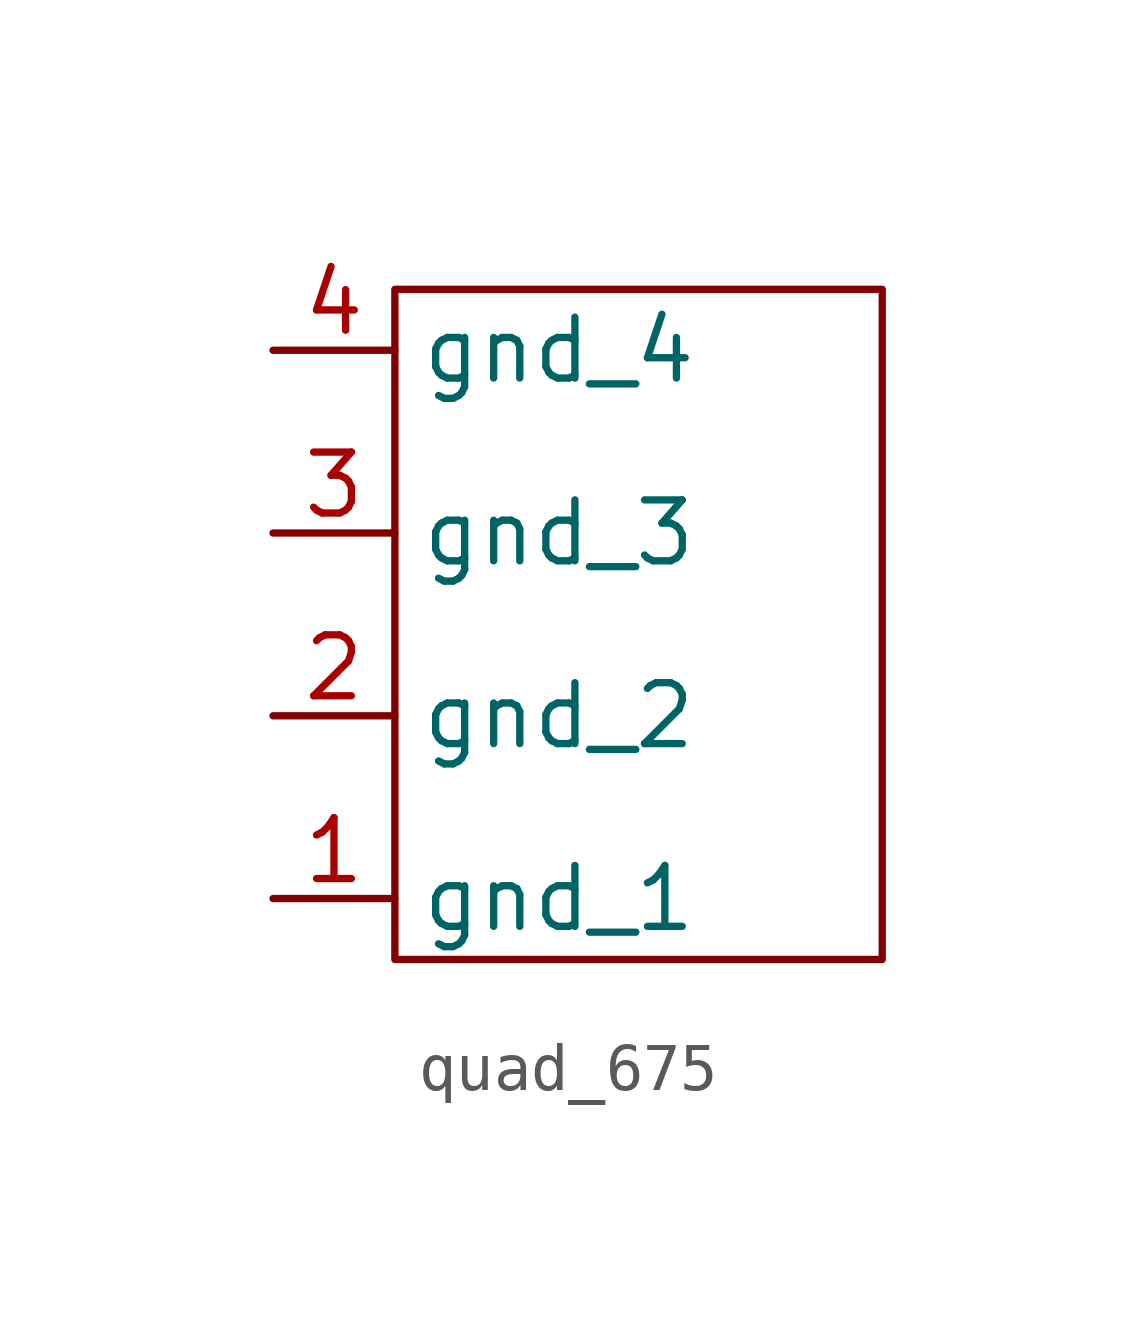
<source format=kicad_sym>
(kicad_symbol_lib
  (version 20241209)
  (generator "kicad_symbol_editor")
  (generator_version "9.0")
  (symbol "quad_675"
    (property "Reference" "U"
      (at 10.668 5.588 0)
      (effects (font (size 1.27 1.27)) (hide yes)))
    (property "Value" ""
      (at 0 0 0)
      (effects (font (size 1.27 1.27))))
    (symbol "quad_675_0_1"
      (rectangle (start 2.54 12.7) (end 12.7 -1.27) (stroke (width 0) (type default)) (fill (type none))))
    (symbol "quad_675_1_1"
      (pin bidirectional line (at 0 11.43 0) (length 2.54) (name "gnd_4" (effects (font (size 1.27 1.27)))) (number "4" (effects (font (size 1.27 1.27)))))
      (pin bidirectional line (at 0 7.62 0) (length 2.54) (name "gnd_3" (effects (font (size 1.27 1.27)))) (number "3" (effects (font (size 1.27 1.27)))))
      (pin bidirectional line (at 0 3.81 0) (length 2.54) (name "gnd_2" (effects (font (size 1.27 1.27)))) (number "2" (effects (font (size 1.27 1.27)))))
      (pin bidirectional line (at 0 0 0) (length 2.54) (name "gnd_1" (effects (font (size 1.27 1.27)))) (number "1" (effects (font (size 1.27 1.27))))))))
</source>
